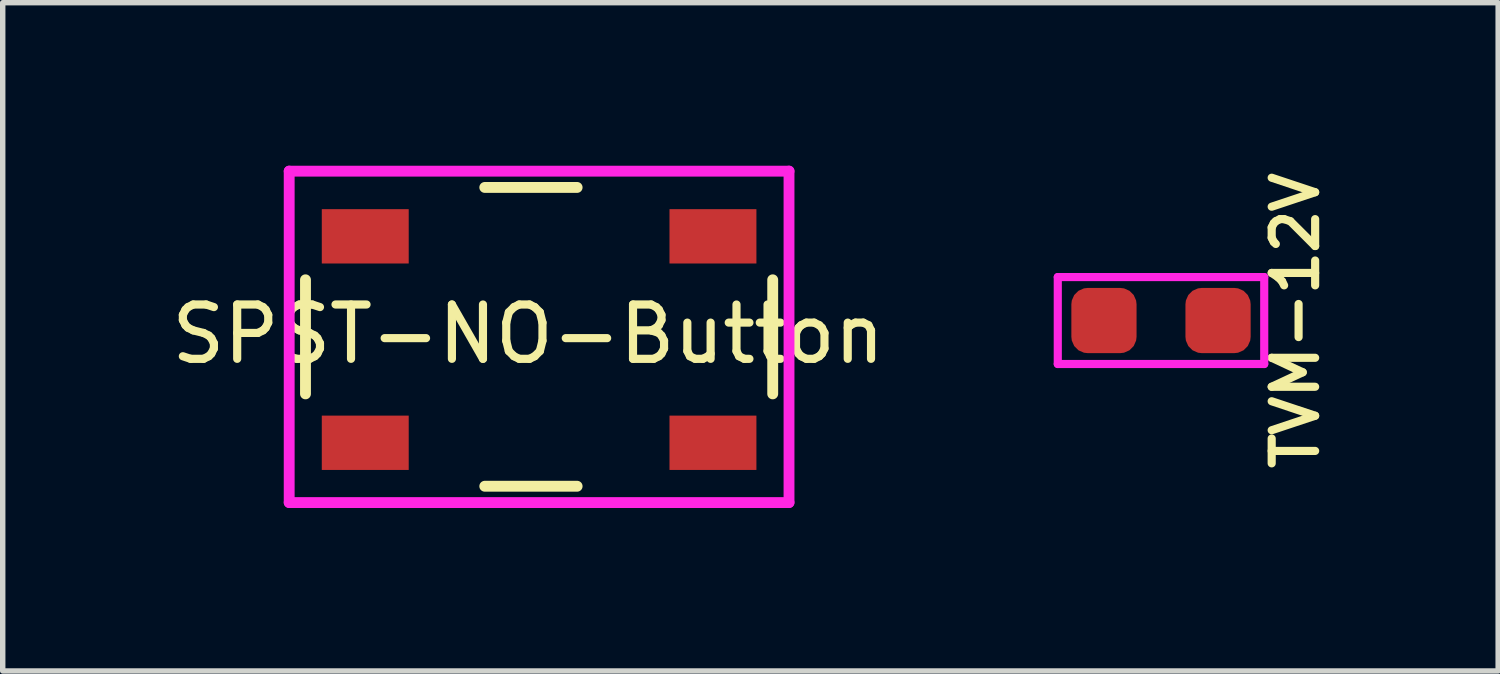
<source format=kicad_pcb>
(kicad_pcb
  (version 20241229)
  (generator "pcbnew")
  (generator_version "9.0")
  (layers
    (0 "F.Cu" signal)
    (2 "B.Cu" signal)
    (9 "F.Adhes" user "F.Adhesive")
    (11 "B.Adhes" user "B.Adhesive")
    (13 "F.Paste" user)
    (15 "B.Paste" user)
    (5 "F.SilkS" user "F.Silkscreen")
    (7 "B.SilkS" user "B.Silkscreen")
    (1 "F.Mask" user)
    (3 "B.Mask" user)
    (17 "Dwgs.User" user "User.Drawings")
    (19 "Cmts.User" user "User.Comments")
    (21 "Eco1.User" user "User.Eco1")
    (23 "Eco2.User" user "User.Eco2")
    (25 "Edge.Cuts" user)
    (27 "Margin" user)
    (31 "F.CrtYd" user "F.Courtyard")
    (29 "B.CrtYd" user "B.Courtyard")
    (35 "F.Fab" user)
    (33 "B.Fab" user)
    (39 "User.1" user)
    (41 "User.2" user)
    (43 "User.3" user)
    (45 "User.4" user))
  (footprint "TVM-12V"
    (layer "F.Cu")
    (at 18.32 2.85)
    (property "Reference" "TVM-12V" (at 2.475 0 90) (layer "F.SilkS") (effects (font (size 0.8 0.8) (thickness 0.15))))
    (attr smd)
    (fp_line (start -1.9 -0.8) (end 1.9 -0.8) (stroke (width 0.15) (type solid)) (layer "F.CrtYd"))
    (fp_line (start -1.9 0.8) (end -1.9 -0.8) (stroke (width 0.15) (type solid)) (layer "F.CrtYd"))
    (fp_line (start 1.9 -0.8) (end 1.9 0.8) (stroke (width 0.15) (type solid)) (layer "F.CrtYd"))
    (fp_line (start 1.9 0.8) (end -1.9 0.8) (stroke (width 0.15) (type solid)) (layer "F.CrtYd"))
    (pad "1" smd roundrect (at -1.05 0) (size 1.2 1.2) (layers "F.Cu" "F.Mask" "F.Paste") (roundrect_rratio 0.25))
    (pad "2" smd roundrect (at 1.05 0) (size 1.2 1.2) (layers "F.Cu" "F.Mask" "F.Paste") (roundrect_rratio 0.25)))
  (footprint "SPST-NO-Button"
    (layer "F.Cu")
    (at 6.873 3.2)
    (property "Reference" "SPST-NO-Button" (at -0.2 -0.1 180) (layer "F.SilkS") (effects (font (size 1 1) (thickness 0.15))))
    (attr smd)
    (fp_line (start -4.3 1) (end -4.3 -1.1) (stroke (width 0.2) (type solid)) (layer "F.SilkS"))
    (fp_line (start -1 -2.8) (end 0.7 -2.8) (stroke (width 0.2) (type solid)) (layer "F.SilkS"))
    (fp_line (start -1 2.7) (end 0.7 2.7) (stroke (width 0.2) (type solid)) (layer "F.SilkS"))
    (fp_line (start 4.3 1) (end 4.3 -1.1) (stroke (width 0.2) (type solid)) (layer "F.SilkS"))
    (fp_line (start -4.6 -3.1) (end 4.6 -3.1) (stroke (width 0.2) (type solid)) (layer "F.CrtYd"))
    (fp_line (start -4.6 3) (end -4.6 -3.1) (stroke (width 0.2) (type solid)) (layer "F.CrtYd"))
    (fp_line (start 4.6 -3.1) (end 4.6 3) (stroke (width 0.2) (type solid)) (layer "F.CrtYd"))
    (fp_line (start 4.6 3) (end -4.6 3) (stroke (width 0.2) (type solid)) (layer "F.CrtYd"))
    (pad "1" smd rect (at -3.2 -1.9) (size 1.6 1) (layers "F.Cu" "F.Mask" "F.Paste"))
    (pad "2" smd rect (at 3.2 -1.9) (size 1.6 1) (layers "F.Cu" "F.Mask" "F.Paste"))
    (pad "3" smd rect (at -3.2 1.9) (size 1.6 1) (layers "F.Cu" "F.Mask" "F.Paste"))
    (pad "4" smd rect (at 3.2 1.9) (size 1.6 1) (layers "F.Cu" "F.Mask" "F.Paste")))
  (gr_rect
    (start -3 -3)
    (end 24.526 9.3)
    (stroke (width 0.1) (type default))
    (fill no)
    (layer "Edge.Cuts")))
</source>
